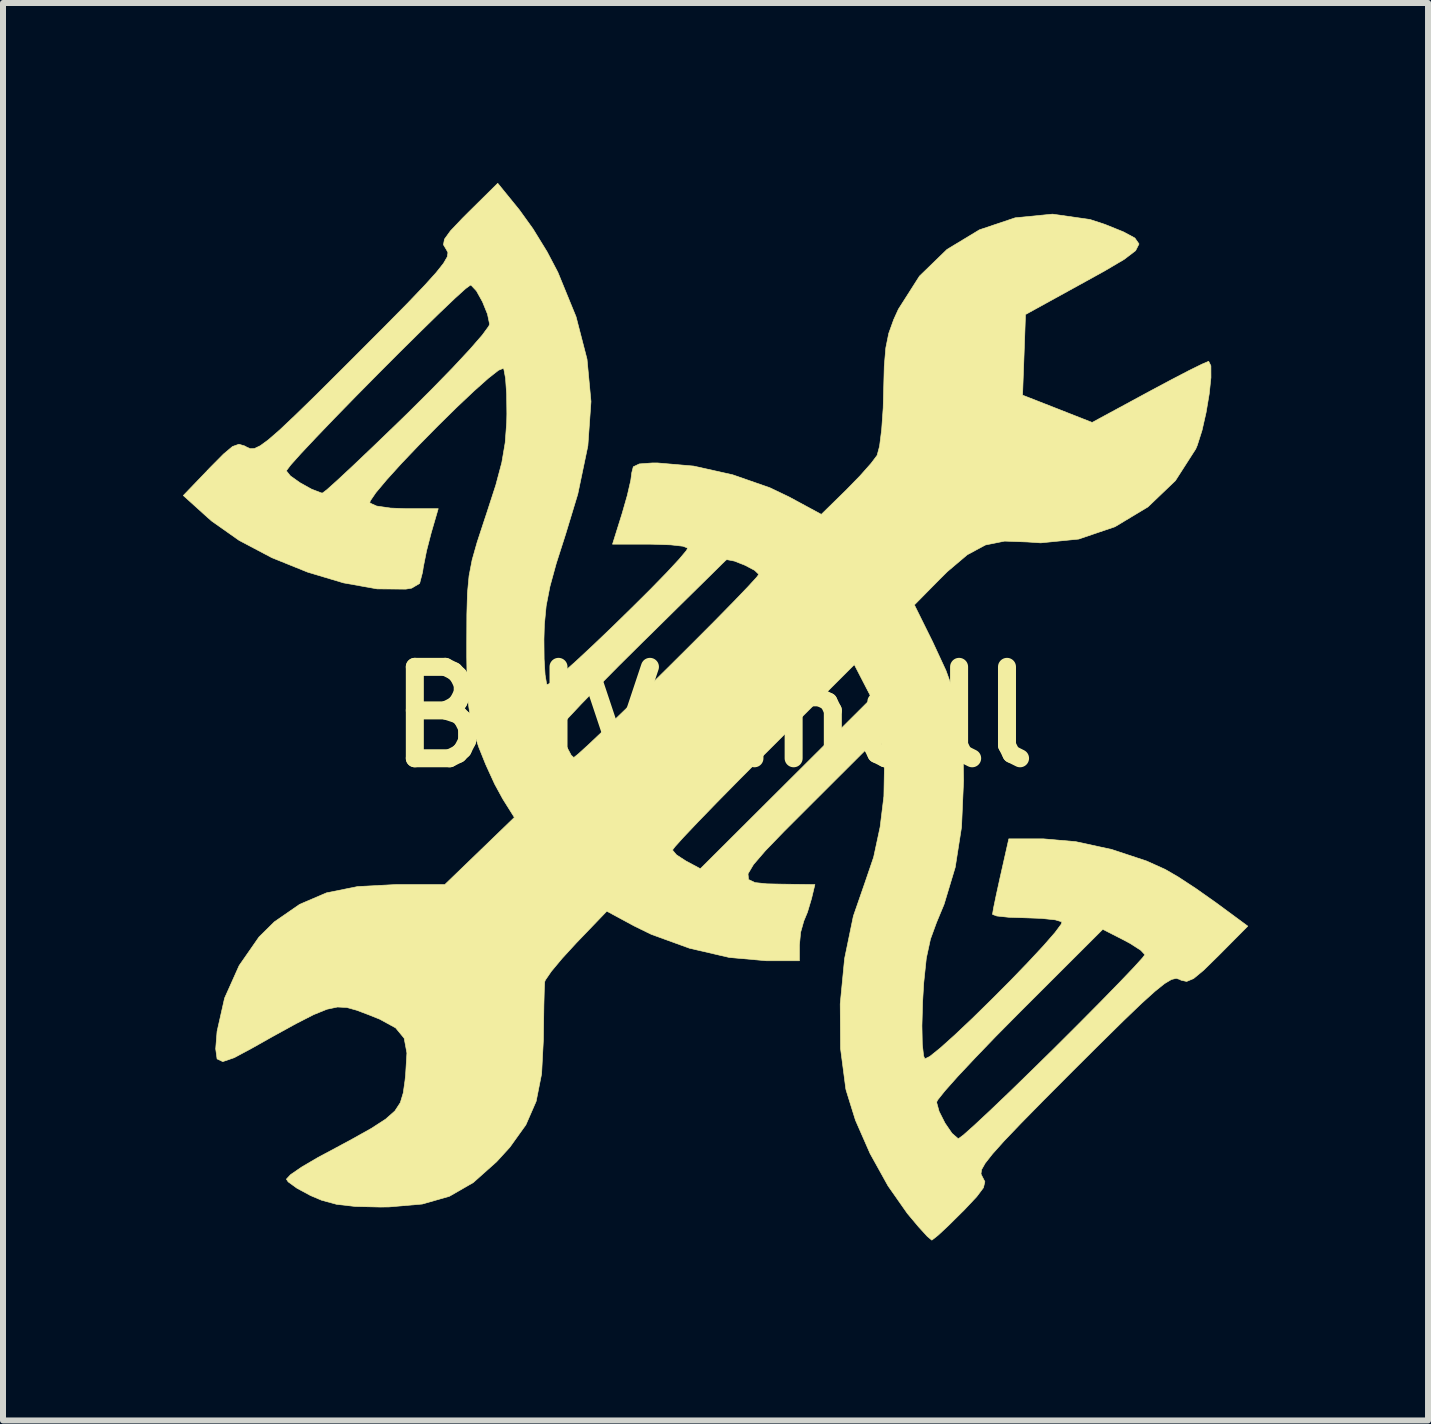
<source format=kicad_pcb>
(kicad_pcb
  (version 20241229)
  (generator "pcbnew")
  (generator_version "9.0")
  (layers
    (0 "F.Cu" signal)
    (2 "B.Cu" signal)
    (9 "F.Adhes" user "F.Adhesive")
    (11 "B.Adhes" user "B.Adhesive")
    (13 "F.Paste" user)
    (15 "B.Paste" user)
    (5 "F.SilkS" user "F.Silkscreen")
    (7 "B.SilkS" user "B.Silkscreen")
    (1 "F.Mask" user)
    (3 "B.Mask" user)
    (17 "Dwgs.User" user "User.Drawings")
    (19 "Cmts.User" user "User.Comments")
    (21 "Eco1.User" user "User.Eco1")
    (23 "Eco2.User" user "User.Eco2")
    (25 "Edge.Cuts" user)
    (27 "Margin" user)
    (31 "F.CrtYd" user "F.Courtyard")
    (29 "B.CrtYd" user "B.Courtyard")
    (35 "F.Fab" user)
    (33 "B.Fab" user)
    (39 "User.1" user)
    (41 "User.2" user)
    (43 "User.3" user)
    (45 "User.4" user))
  (footprint "BHVsmall"
    (layer "F.Cu")
    (at 8.835 8.899)
    (property "Reference" "BHVsmall" (at 0 0 0) (layer "F.SilkS") (effects (font (size 1.524 1.524) (thickness 0.3))))
    (attr through_hole)
    (fp_poly (pts (xy -3.228 -8.45) (xy -3.002 -8.136) (xy -2.766 -7.752) (xy -2.587 -7.411) (xy -2.284 -6.67) (xy -2.101 -5.963) (xy -2.035 -5.257) (xy -2.087 -4.518) (xy -2.255 -3.714) (xy -2.457 -3.048) (xy -2.614 -2.558) (xy -2.719 -2.175) (xy -2.782 -1.851) (xy -2.812 -1.536) (xy -2.819 -1.294) (xy -2.816 -0.965) (xy -2.8 -0.703) (xy -2.775 -0.553) (xy -2.766 -0.536) (xy -2.693 -0.576) (xy -2.525 -0.715) (xy -2.283 -0.931) (xy -1.991 -1.203) (xy -1.672 -1.508) (xy -1.347 -1.826) (xy -1.039 -2.132) (xy -0.771 -2.407) (xy -0.566 -2.628) (xy -0.445 -2.772) (xy -0.423 -2.814) (xy -0.501 -2.845) (xy -0.706 -2.868) (xy -0.998 -2.878) (xy -1.049 -2.879) (xy -1.676 -2.879) (xy -1.515 -3.394) (xy -1.43 -3.691) (xy -1.372 -3.942) (xy -1.355 -4.072) (xy -1.33 -4.169) (xy -1.23 -4.217) (xy -1.012 -4.233) (xy -0.927 -4.233) (xy -0.324 -4.181) (xy 0.326 -4.036) (xy 0.946 -3.82) (xy 1.262 -3.669) (xy 1.804 -3.376) (xy 2.22 -3.783) (xy 2.448 -4.017) (xy 2.634 -4.227) (xy 2.734 -4.36) (xy 2.775 -4.513) (xy 2.81 -4.791) (xy 2.835 -5.15) (xy 2.842 -5.419) (xy 2.853 -5.844) (xy 2.879 -6.152) (xy 2.928 -6.394) (xy 3.01 -6.622) (xy 3.089 -6.796) (xy 3.44 -7.347) (xy 3.899 -7.792) (xy 4.44 -8.119) (xy 5.035 -8.319) (xy 5.658 -8.38) (xy 6.282 -8.291) (xy 6.537 -8.207) (xy 6.841 -8.084) (xy 7.03 -7.982) (xy 7.099 -7.883) (xy 7.042 -7.771) (xy 6.852 -7.626) (xy 6.523 -7.432) (xy 6.21 -7.259) (xy 5.207 -6.707) (xy 5.183 -6.035) (xy 5.158 -5.363) (xy 5.738 -5.136) (xy 6.318 -4.908) (xy 7.258 -5.417) (xy 7.619 -5.61) (xy 7.926 -5.77) (xy 8.149 -5.88) (xy 8.257 -5.926) (xy 8.26 -5.927) (xy 8.297 -5.852) (xy 8.298 -5.656) (xy 8.269 -5.383) (xy 8.217 -5.074) (xy 8.149 -4.774) (xy 8.07 -4.526) (xy 8.044 -4.465) (xy 7.706 -3.938) (xy 7.248 -3.5) (xy 6.699 -3.17) (xy 6.093 -2.964) (xy 5.461 -2.901) (xy 5.238 -2.916) (xy 4.859 -2.93) (xy 4.54 -2.866) (xy 4.237 -2.703) (xy 3.905 -2.422) (xy 3.768 -2.286) (xy 3.355 -1.867) (xy 3.66 -1.251) (xy 3.883 -0.77) (xy 4.033 -0.353) (xy 4.123 0.06) (xy 4.166 0.528) (xy 4.175 1.058) (xy 4.141 1.835) (xy 4.036 2.506) (xy 3.85 3.123) (xy 3.723 3.429) (xy 3.623 3.703) (xy 3.554 4.021) (xy 3.511 4.431) (xy 3.492 4.751) (xy 3.481 5.147) (xy 3.487 5.457) (xy 3.509 5.651) (xy 3.53 5.699) (xy 3.612 5.659) (xy 3.787 5.518) (xy 4.03 5.3) (xy 4.321 5.025) (xy 4.636 4.716) (xy 4.954 4.397) (xy 5.252 4.088) (xy 5.508 3.813) (xy 5.699 3.594) (xy 5.803 3.454) (xy 5.813 3.415) (xy 5.702 3.382) (xy 5.473 3.358) (xy 5.204 3.348) (xy 4.925 3.339) (xy 4.728 3.318) (xy 4.657 3.291) (xy 4.674 3.188) (xy 4.72 2.966) (xy 4.785 2.67) (xy 4.793 2.635) (xy 4.929 2.032) (xy 5.504 2.032) (xy 6.045 2.079) (xy 6.644 2.209) (xy 7.224 2.401) (xy 7.535 2.541) (xy 7.751 2.666) (xy 8.041 2.856) (xy 8.346 3.071) (xy 8.372 3.089) (xy 8.912 3.487) (xy 8.423 3.98) (xy 8.174 4.224) (xy 8.008 4.361) (xy 7.893 4.409) (xy 7.799 4.388) (xy 7.777 4.375) (xy 7.719 4.357) (xy 7.64 4.376) (xy 7.526 4.444) (xy 7.364 4.574) (xy 7.138 4.778) (xy 6.836 5.068) (xy 6.442 5.456) (xy 5.996 5.9) (xy 5.509 6.389) (xy 5.132 6.773) (xy 4.851 7.067) (xy 4.657 7.284) (xy 4.535 7.439) (xy 4.475 7.545) (xy 4.465 7.617) (xy 4.486 7.661) (xy 4.53 7.746) (xy 4.506 7.847) (xy 4.395 7.995) (xy 4.18 8.224) (xy 4.144 8.259) (xy 3.922 8.479) (xy 3.747 8.642) (xy 3.65 8.718) (xy 3.644 8.72) (xy 3.572 8.66) (xy 3.426 8.5) (xy 3.239 8.277) (xy 3.238 8.276) (xy 2.915 7.815) (xy 2.616 7.276) (xy 2.373 6.722) (xy 2.279 6.421) (xy 3.725 6.421) (xy 3.767 6.575) (xy 3.865 6.769) (xy 3.982 6.94) (xy 4.081 7.026) (xy 4.092 7.027) (xy 4.17 6.97) (xy 4.351 6.809) (xy 4.618 6.56) (xy 4.953 6.24) (xy 5.34 5.863) (xy 5.682 5.527) (xy 6.095 5.115) (xy 6.466 4.741) (xy 6.777 4.422) (xy 7.013 4.175) (xy 7.158 4.015) (xy 7.197 3.963) (xy 7.128 3.889) (xy 6.954 3.777) (xy 6.846 3.719) (xy 6.495 3.54) (xy 5.11 4.923) (xy 4.715 5.322) (xy 4.365 5.686) (xy 4.074 5.996) (xy 3.862 6.235) (xy 3.744 6.383) (xy 3.725 6.421) (xy 2.279 6.421) (xy 2.217 6.22) (xy 2.212 6.198) (xy 2.124 5.524) (xy 2.119 4.782) (xy 2.192 4.027) (xy 2.338 3.32) (xy 2.532 2.76) (xy 2.676 2.338) (xy 2.784 1.835) (xy 2.847 1.321) (xy 2.855 0.864) (xy 2.839 0.709) (xy 2.78 0.313) (xy 1.602 1.489) (xy 1.178 1.913) (xy 0.87 2.232) (xy 0.673 2.461) (xy 0.582 2.615) (xy 0.591 2.71) (xy 0.698 2.761) (xy 0.897 2.782) (xy 1.184 2.788) (xy 1.208 2.788) (xy 1.697 2.794) (xy 1.641 3.027) (xy 1.573 3.255) (xy 1.512 3.402) (xy 1.459 3.59) (xy 1.439 3.804) (xy 1.439 4.064) (xy 0.888 4.064) (xy 0.27 4.009) (xy -0.394 3.855) (xy -1.03 3.624) (xy -1.312 3.486) (xy -1.771 3.238) (xy -2.282 3.77) (xy -2.515 4.024) (xy -2.696 4.241) (xy -2.796 4.387) (xy -2.807 4.417) (xy -2.813 4.546) (xy -2.82 4.802) (xy -2.825 5.142) (xy -2.828 5.376) (xy -2.858 5.949) (xy -2.949 6.407) (xy -3.12 6.799) (xy -3.388 7.173) (xy -3.608 7.414) (xy -3.997 7.761) (xy -4.395 7.99) (xy -4.847 8.119) (xy -5.401 8.167) (xy -5.546 8.169) (xy -5.965 8.159) (xy -6.273 8.124) (xy -6.526 8.055) (xy -6.71 7.977) (xy -6.936 7.855) (xy -7.082 7.749) (xy -7.112 7.704) (xy -7.042 7.629) (xy -6.857 7.502) (xy -6.593 7.347) (xy -6.513 7.304) (xy -6.041 7.051) (xy -5.696 6.858) (xy -5.458 6.704) (xy -5.304 6.568) (xy -5.213 6.429) (xy -5.164 6.267) (xy -5.135 6.062) (xy -5.125 5.967) (xy -5.103 5.602) (xy -5.149 5.355) (xy -5.291 5.183) (xy -5.556 5.038) (xy -5.738 4.965) (xy -5.939 4.889) (xy -6.104 4.843) (xy -6.26 4.835) (xy -6.435 4.872) (xy -6.657 4.962) (xy -6.954 5.114) (xy -7.354 5.334) (xy -7.673 5.514) (xy -7.982 5.68) (xy -8.172 5.745) (xy -8.267 5.7) (xy -8.29 5.532) (xy -8.267 5.241) (xy -8.142 4.687) (xy -7.899 4.144) (xy -7.569 3.669) (xy -7.313 3.416) (xy -6.891 3.124) (xy -6.443 2.932) (xy -5.923 2.827) (xy -5.288 2.794) (xy -5.283 2.794) (xy -4.471 2.794) (xy -3.875 2.219) (xy -0.677 2.219) (xy -0.611 2.298) (xy -0.45 2.403) (xy -0.445 2.405) (xy -0.212 2.53) (xy 2.642 -0.314) (xy 2.498 -0.592) (xy 2.354 -0.871) (xy 0.838 0.643) (xy 0.425 1.058) (xy 0.055 1.434) (xy -0.256 1.755) (xy -0.492 2.004) (xy -0.637 2.165) (xy -0.677 2.219) (xy -3.875 2.219) (xy -3.312 1.675) (xy -3.506 1.366) (xy -3.64 1.12) (xy -3.79 0.792) (xy -3.904 0.508) (xy -3.987 0.261) (xy -4.009 0.171) (xy -2.54 0.171) (xy -2.51 0.315) (xy -2.441 0.495) (xy -2.365 0.638) (xy -2.322 0.677) (xy -2.25 0.62) (xy -2.074 0.46) (xy -1.812 0.212) (xy -1.48 -0.108) (xy -1.095 -0.483) (xy -0.753 -0.82) (xy -0.34 -1.231) (xy 0.031 -1.603) (xy 0.343 -1.921) (xy 0.579 -2.167) (xy 0.723 -2.324) (xy 0.762 -2.376) (xy 0.693 -2.443) (xy 0.534 -2.527) (xy 0.357 -2.597) (xy 0.232 -2.621) (xy 0.216 -2.615) (xy 0.148 -2.549) (xy -0.022 -2.381) (xy -0.278 -2.129) (xy -0.602 -1.81) (xy -0.976 -1.441) (xy -1.179 -1.242) (xy -1.571 -0.853) (xy -1.918 -0.502) (xy -2.205 -0.207) (xy -2.413 0.015) (xy -2.525 0.146) (xy -2.54 0.171) (xy -4.009 0.171) (xy -4.044 0.029) (xy -4.08 -0.231) (xy -4.099 -0.56) (xy -4.106 -1) (xy -4.106 -1.228) (xy -4.104 -1.706) (xy -4.094 -2.065) (xy -4.067 -2.352) (xy -4.016 -2.617) (xy -3.933 -2.91) (xy -3.812 -3.279) (xy -3.776 -3.387) (xy -3.621 -3.865) (xy -3.521 -4.241) (xy -3.465 -4.571) (xy -3.44 -4.909) (xy -3.437 -5.051) (xy -3.441 -5.38) (xy -3.459 -5.643) (xy -3.487 -5.793) (xy -3.496 -5.81) (xy -3.576 -5.778) (xy -3.748 -5.643) (xy -3.988 -5.429) (xy -4.275 -5.158) (xy -4.586 -4.852) (xy -4.899 -4.534) (xy -5.191 -4.228) (xy -5.439 -3.954) (xy -5.621 -3.737) (xy -5.715 -3.599) (xy -5.721 -3.566) (xy -5.609 -3.515) (xy -5.376 -3.481) (xy -5.122 -3.471) (xy -4.581 -3.471) (xy -4.698 -3.069) (xy -4.775 -2.771) (xy -4.83 -2.496) (xy -4.842 -2.413) (xy -4.891 -2.225) (xy -5.024 -2.146) (xy -5.122 -2.13) (xy -5.599 -2.134) (xy -6.159 -2.234) (xy -6.758 -2.413) (xy -7.354 -2.654) (xy -7.901 -2.943) (xy -8.355 -3.263) (xy -8.425 -3.324) (xy -8.83 -3.69) (xy -8.435 -4.101) (xy -7.112 -4.101) (xy -7.045 -4.017) (xy -6.884 -3.903) (xy -6.692 -3.796) (xy -6.531 -3.734) (xy -6.511 -3.731) (xy -6.438 -3.786) (xy -6.263 -3.943) (xy -6.002 -4.186) (xy -5.675 -4.497) (xy -5.298 -4.86) (xy -5.092 -5.06) (xy -4.694 -5.456) (xy -4.342 -5.817) (xy -4.054 -6.126) (xy -3.847 -6.364) (xy -3.738 -6.513) (xy -3.725 -6.546) (xy -3.76 -6.714) (xy -3.843 -6.919) (xy -3.944 -7.1) (xy -4.032 -7.194) (xy -4.044 -7.197) (xy -4.124 -7.139) (xy -4.301 -6.979) (xy -4.556 -6.736) (xy -4.869 -6.43) (xy -5.221 -6.082) (xy -5.592 -5.71) (xy -5.962 -5.335) (xy -6.311 -4.977) (xy -6.62 -4.655) (xy -6.87 -4.389) (xy -7.04 -4.199) (xy -7.111 -4.105) (xy -7.112 -4.101) (xy -8.435 -4.101) (xy -8.39 -4.149) (xy -8.16 -4.381) (xy -8.01 -4.507) (xy -7.903 -4.545) (xy -7.806 -4.516) (xy -7.773 -4.497) (xy -7.713 -4.471) (xy -7.643 -4.474) (xy -7.547 -4.52) (xy -7.412 -4.619) (xy -7.221 -4.785) (xy -6.962 -5.03) (xy -6.618 -5.365) (xy -6.177 -5.804) (xy -5.96 -6.021) (xy -5.472 -6.51) (xy -5.093 -6.894) (xy -4.812 -7.188) (xy -4.616 -7.405) (xy -4.493 -7.56) (xy -4.431 -7.667) (xy -4.419 -7.738) (xy -4.445 -7.789) (xy -4.446 -7.79) (xy -4.494 -7.87) (xy -4.477 -7.963) (xy -4.378 -8.1) (xy -4.178 -8.311) (xy -4.079 -8.41) (xy -3.589 -8.894) (xy -3.228 -8.45)) (stroke (width 0.01) (type solid)) (fill yes) (layer "F.SilkS")))
  (gr_rect
    (start -3 -3)
    (end 20.751 20.625)
    (stroke (width 0.1) (type default))
    (fill no)
    (layer "Edge.Cuts")))
</source>
